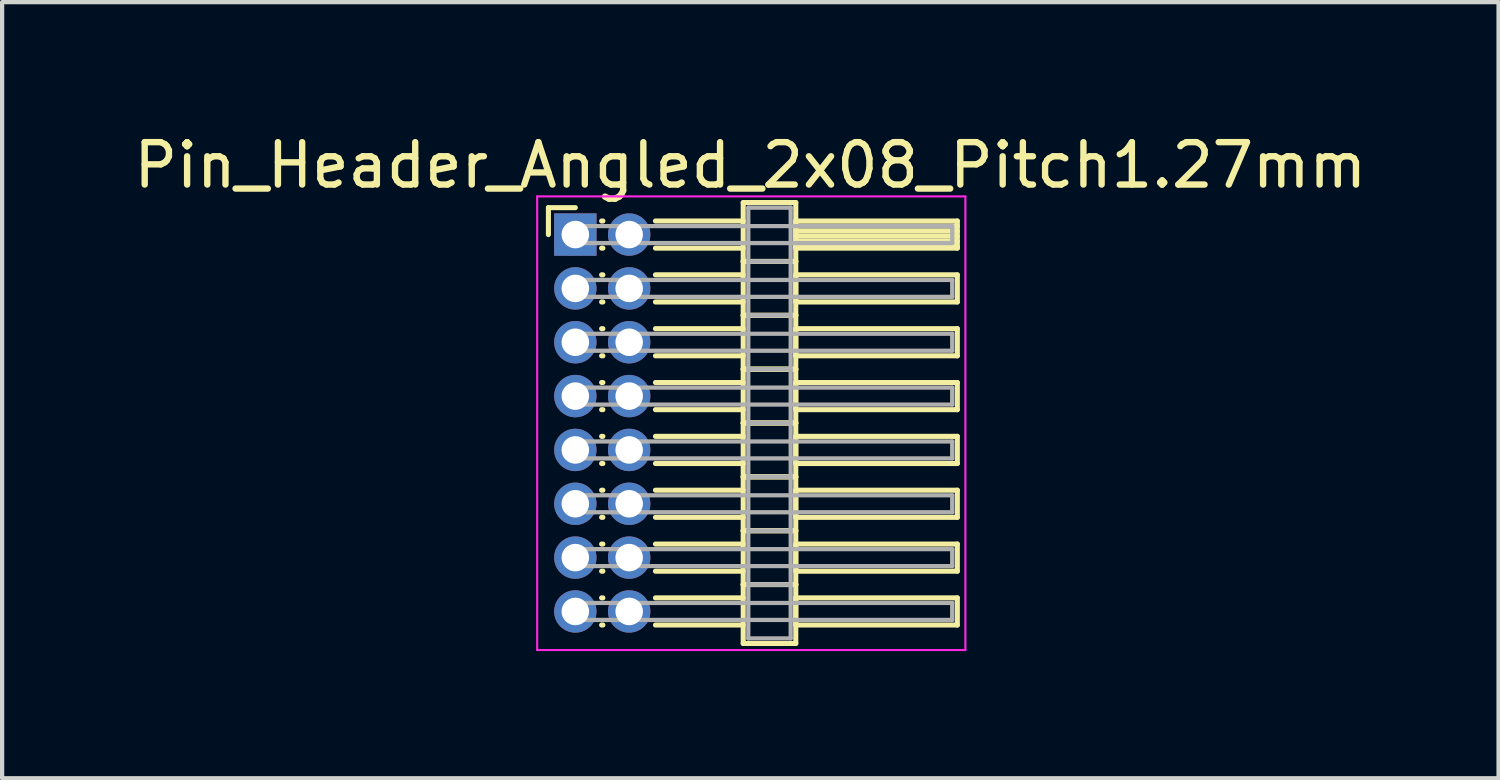
<source format=kicad_pcb>
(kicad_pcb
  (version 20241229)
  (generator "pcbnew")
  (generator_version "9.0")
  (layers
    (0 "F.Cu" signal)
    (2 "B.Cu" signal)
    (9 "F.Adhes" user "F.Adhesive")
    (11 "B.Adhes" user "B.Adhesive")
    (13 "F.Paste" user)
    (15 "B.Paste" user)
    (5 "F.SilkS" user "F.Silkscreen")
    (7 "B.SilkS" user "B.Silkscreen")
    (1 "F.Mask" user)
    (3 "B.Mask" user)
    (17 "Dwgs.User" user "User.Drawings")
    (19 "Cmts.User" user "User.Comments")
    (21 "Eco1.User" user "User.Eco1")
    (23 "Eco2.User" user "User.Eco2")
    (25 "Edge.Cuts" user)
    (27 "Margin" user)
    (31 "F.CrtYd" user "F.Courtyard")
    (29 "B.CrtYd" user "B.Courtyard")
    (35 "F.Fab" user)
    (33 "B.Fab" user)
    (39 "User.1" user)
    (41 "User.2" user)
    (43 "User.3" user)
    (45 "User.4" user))
  (footprint "Pin_Header_Angled_2x08_Pitch1.27mm"
    (layer "F.Cu")
    (at 10.521 2.483)
    (property "Reference" "Pin_Header_Angled_2x08_Pitch1.27mm" (at 4.128 -1.635 0) (layer "F.SilkS") (effects (font (size 1 1) (thickness 0.15))))
    (attr through_hole)
    (fp_line (start -0.635 -0.635) (end 0 -0.635) (stroke (width 0.12) (type solid)) (layer "F.SilkS"))
    (fp_line (start -0.635 0) (end -0.635 -0.635) (stroke (width 0.12) (type solid)) (layer "F.SilkS"))
    (fp_line (start 0.62 -0.32) (end 0.65 -0.32) (stroke (width 0.12) (type solid)) (layer "F.SilkS"))
    (fp_line (start 0.62 0.32) (end 0.65 0.32) (stroke (width 0.12) (type solid)) (layer "F.SilkS"))
    (fp_line (start 0.62 0.95) (end 0.65 0.95) (stroke (width 0.12) (type solid)) (layer "F.SilkS"))
    (fp_line (start 0.62 1.59) (end 0.65 1.59) (stroke (width 0.12) (type solid)) (layer "F.SilkS"))
    (fp_line (start 0.62 2.22) (end 0.65 2.22) (stroke (width 0.12) (type solid)) (layer "F.SilkS"))
    (fp_line (start 0.62 2.86) (end 0.65 2.86) (stroke (width 0.12) (type solid)) (layer "F.SilkS"))
    (fp_line (start 0.62 3.49) (end 0.65 3.49) (stroke (width 0.12) (type solid)) (layer "F.SilkS"))
    (fp_line (start 0.62 4.13) (end 0.65 4.13) (stroke (width 0.12) (type solid)) (layer "F.SilkS"))
    (fp_line (start 0.62 4.76) (end 0.65 4.76) (stroke (width 0.12) (type solid)) (layer "F.SilkS"))
    (fp_line (start 0.62 5.4) (end 0.65 5.4) (stroke (width 0.12) (type solid)) (layer "F.SilkS"))
    (fp_line (start 0.62 6.03) (end 0.65 6.03) (stroke (width 0.12) (type solid)) (layer "F.SilkS"))
    (fp_line (start 0.62 6.67) (end 0.65 6.67) (stroke (width 0.12) (type solid)) (layer "F.SilkS"))
    (fp_line (start 0.62 7.3) (end 0.65 7.3) (stroke (width 0.12) (type solid)) (layer "F.SilkS"))
    (fp_line (start 0.62 7.94) (end 0.65 7.94) (stroke (width 0.12) (type solid)) (layer "F.SilkS"))
    (fp_line (start 0.62 8.57) (end 0.65 8.57) (stroke (width 0.12) (type solid)) (layer "F.SilkS"))
    (fp_line (start 0.62 9.21) (end 0.65 9.21) (stroke (width 0.12) (type solid)) (layer "F.SilkS"))
    (fp_line (start 1.89 -0.32) (end 3.96 -0.32) (stroke (width 0.12) (type solid)) (layer "F.SilkS"))
    (fp_line (start 1.89 0.32) (end 3.96 0.32) (stroke (width 0.12) (type solid)) (layer "F.SilkS"))
    (fp_line (start 1.89 0.95) (end 3.96 0.95) (stroke (width 0.12) (type solid)) (layer "F.SilkS"))
    (fp_line (start 1.89 1.59) (end 3.96 1.59) (stroke (width 0.12) (type solid)) (layer "F.SilkS"))
    (fp_line (start 1.89 2.22) (end 3.96 2.22) (stroke (width 0.12) (type solid)) (layer "F.SilkS"))
    (fp_line (start 1.89 2.86) (end 3.96 2.86) (stroke (width 0.12) (type solid)) (layer "F.SilkS"))
    (fp_line (start 1.89 3.49) (end 3.96 3.49) (stroke (width 0.12) (type solid)) (layer "F.SilkS"))
    (fp_line (start 1.89 4.13) (end 3.96 4.13) (stroke (width 0.12) (type solid)) (layer "F.SilkS"))
    (fp_line (start 1.89 4.76) (end 3.96 4.76) (stroke (width 0.12) (type solid)) (layer "F.SilkS"))
    (fp_line (start 1.89 5.4) (end 3.96 5.4) (stroke (width 0.12) (type solid)) (layer "F.SilkS"))
    (fp_line (start 1.89 6.03) (end 3.96 6.03) (stroke (width 0.12) (type solid)) (layer "F.SilkS"))
    (fp_line (start 1.89 6.67) (end 3.96 6.67) (stroke (width 0.12) (type solid)) (layer "F.SilkS"))
    (fp_line (start 1.89 7.3) (end 3.96 7.3) (stroke (width 0.12) (type solid)) (layer "F.SilkS"))
    (fp_line (start 1.89 7.94) (end 3.96 7.94) (stroke (width 0.12) (type solid)) (layer "F.SilkS"))
    (fp_line (start 1.89 8.57) (end 3.96 8.57) (stroke (width 0.12) (type solid)) (layer "F.SilkS"))
    (fp_line (start 1.89 9.21) (end 3.96 9.21) (stroke (width 0.12) (type solid)) (layer "F.SilkS"))
    (fp_line (start 3.96 -0.755) (end 3.96 0.635) (stroke (width 0.12) (type solid)) (layer "F.SilkS"))
    (fp_line (start 3.96 0.635) (end 3.96 1.905) (stroke (width 0.12) (type solid)) (layer "F.SilkS"))
    (fp_line (start 3.96 0.635) (end 5.2 0.635) (stroke (width 0.12) (type solid)) (layer "F.SilkS"))
    (fp_line (start 3.96 1.905) (end 3.96 3.175) (stroke (width 0.12) (type solid)) (layer "F.SilkS"))
    (fp_line (start 3.96 1.905) (end 5.2 1.905) (stroke (width 0.12) (type solid)) (layer "F.SilkS"))
    (fp_line (start 3.96 3.175) (end 3.96 4.445) (stroke (width 0.12) (type solid)) (layer "F.SilkS"))
    (fp_line (start 3.96 3.175) (end 5.2 3.175) (stroke (width 0.12) (type solid)) (layer "F.SilkS"))
    (fp_line (start 3.96 4.445) (end 3.96 5.715) (stroke (width 0.12) (type solid)) (layer "F.SilkS"))
    (fp_line (start 3.96 4.445) (end 5.2 4.445) (stroke (width 0.12) (type solid)) (layer "F.SilkS"))
    (fp_line (start 3.96 5.715) (end 3.96 6.985) (stroke (width 0.12) (type solid)) (layer "F.SilkS"))
    (fp_line (start 3.96 5.715) (end 5.2 5.715) (stroke (width 0.12) (type solid)) (layer "F.SilkS"))
    (fp_line (start 3.96 6.985) (end 3.96 8.255) (stroke (width 0.12) (type solid)) (layer "F.SilkS"))
    (fp_line (start 3.96 6.985) (end 5.2 6.985) (stroke (width 0.12) (type solid)) (layer "F.SilkS"))
    (fp_line (start 3.96 8.255) (end 3.96 9.645) (stroke (width 0.12) (type solid)) (layer "F.SilkS"))
    (fp_line (start 3.96 8.255) (end 5.2 8.255) (stroke (width 0.12) (type solid)) (layer "F.SilkS"))
    (fp_line (start 3.96 9.645) (end 5.2 9.645) (stroke (width 0.12) (type solid)) (layer "F.SilkS"))
    (fp_line (start 5.2 -0.755) (end 3.96 -0.755) (stroke (width 0.12) (type solid)) (layer "F.SilkS"))
    (fp_line (start 5.2 -0.32) (end 5.2 0.32) (stroke (width 0.12) (type solid)) (layer "F.SilkS"))
    (fp_line (start 5.2 -0.2) (end 9.01 -0.2) (stroke (width 0.12) (type solid)) (layer "F.SilkS"))
    (fp_line (start 5.2 -0.08) (end 9.01 -0.08) (stroke (width 0.12) (type solid)) (layer "F.SilkS"))
    (fp_line (start 5.2 0.04) (end 9.01 0.04) (stroke (width 0.12) (type solid)) (layer "F.SilkS"))
    (fp_line (start 5.2 0.16) (end 9.01 0.16) (stroke (width 0.12) (type solid)) (layer "F.SilkS"))
    (fp_line (start 5.2 0.28) (end 9.01 0.28) (stroke (width 0.12) (type solid)) (layer "F.SilkS"))
    (fp_line (start 5.2 0.32) (end 9.01 0.32) (stroke (width 0.12) (type solid)) (layer "F.SilkS"))
    (fp_line (start 5.2 0.635) (end 3.96 0.635) (stroke (width 0.12) (type solid)) (layer "F.SilkS"))
    (fp_line (start 5.2 0.635) (end 5.2 -0.755) (stroke (width 0.12) (type solid)) (layer "F.SilkS"))
    (fp_line (start 5.2 0.95) (end 5.2 1.59) (stroke (width 0.12) (type solid)) (layer "F.SilkS"))
    (fp_line (start 5.2 1.59) (end 9.01 1.59) (stroke (width 0.12) (type solid)) (layer "F.SilkS"))
    (fp_line (start 5.2 1.905) (end 3.96 1.905) (stroke (width 0.12) (type solid)) (layer "F.SilkS"))
    (fp_line (start 5.2 1.905) (end 5.2 0.635) (stroke (width 0.12) (type solid)) (layer "F.SilkS"))
    (fp_line (start 5.2 2.22) (end 5.2 2.86) (stroke (width 0.12) (type solid)) (layer "F.SilkS"))
    (fp_line (start 5.2 2.86) (end 9.01 2.86) (stroke (width 0.12) (type solid)) (layer "F.SilkS"))
    (fp_line (start 5.2 3.175) (end 3.96 3.175) (stroke (width 0.12) (type solid)) (layer "F.SilkS"))
    (fp_line (start 5.2 3.175) (end 5.2 1.905) (stroke (width 0.12) (type solid)) (layer "F.SilkS"))
    (fp_line (start 5.2 3.49) (end 5.2 4.13) (stroke (width 0.12) (type solid)) (layer "F.SilkS"))
    (fp_line (start 5.2 4.13) (end 9.01 4.13) (stroke (width 0.12) (type solid)) (layer "F.SilkS"))
    (fp_line (start 5.2 4.445) (end 3.96 4.445) (stroke (width 0.12) (type solid)) (layer "F.SilkS"))
    (fp_line (start 5.2 4.445) (end 5.2 3.175) (stroke (width 0.12) (type solid)) (layer "F.SilkS"))
    (fp_line (start 5.2 4.76) (end 5.2 5.4) (stroke (width 0.12) (type solid)) (layer "F.SilkS"))
    (fp_line (start 5.2 5.4) (end 9.01 5.4) (stroke (width 0.12) (type solid)) (layer "F.SilkS"))
    (fp_line (start 5.2 5.715) (end 3.96 5.715) (stroke (width 0.12) (type solid)) (layer "F.SilkS"))
    (fp_line (start 5.2 5.715) (end 5.2 4.445) (stroke (width 0.12) (type solid)) (layer "F.SilkS"))
    (fp_line (start 5.2 6.03) (end 5.2 6.67) (stroke (width 0.12) (type solid)) (layer "F.SilkS"))
    (fp_line (start 5.2 6.67) (end 9.01 6.67) (stroke (width 0.12) (type solid)) (layer "F.SilkS"))
    (fp_line (start 5.2 6.985) (end 3.96 6.985) (stroke (width 0.12) (type solid)) (layer "F.SilkS"))
    (fp_line (start 5.2 6.985) (end 5.2 5.715) (stroke (width 0.12) (type solid)) (layer "F.SilkS"))
    (fp_line (start 5.2 7.3) (end 5.2 7.94) (stroke (width 0.12) (type solid)) (layer "F.SilkS"))
    (fp_line (start 5.2 7.94) (end 9.01 7.94) (stroke (width 0.12) (type solid)) (layer "F.SilkS"))
    (fp_line (start 5.2 8.255) (end 3.96 8.255) (stroke (width 0.12) (type solid)) (layer "F.SilkS"))
    (fp_line (start 5.2 8.255) (end 5.2 6.985) (stroke (width 0.12) (type solid)) (layer "F.SilkS"))
    (fp_line (start 5.2 8.57) (end 5.2 9.21) (stroke (width 0.12) (type solid)) (layer "F.SilkS"))
    (fp_line (start 5.2 9.21) (end 9.01 9.21) (stroke (width 0.12) (type solid)) (layer "F.SilkS"))
    (fp_line (start 5.2 9.645) (end 5.2 8.255) (stroke (width 0.12) (type solid)) (layer "F.SilkS"))
    (fp_line (start 9.01 -0.32) (end 5.2 -0.32) (stroke (width 0.12) (type solid)) (layer "F.SilkS"))
    (fp_line (start 9.01 0.32) (end 9.01 -0.32) (stroke (width 0.12) (type solid)) (layer "F.SilkS"))
    (fp_line (start 9.01 0.95) (end 5.2 0.95) (stroke (width 0.12) (type solid)) (layer "F.SilkS"))
    (fp_line (start 9.01 1.59) (end 9.01 0.95) (stroke (width 0.12) (type solid)) (layer "F.SilkS"))
    (fp_line (start 9.01 2.22) (end 5.2 2.22) (stroke (width 0.12) (type solid)) (layer "F.SilkS"))
    (fp_line (start 9.01 2.86) (end 9.01 2.22) (stroke (width 0.12) (type solid)) (layer "F.SilkS"))
    (fp_line (start 9.01 3.49) (end 5.2 3.49) (stroke (width 0.12) (type solid)) (layer "F.SilkS"))
    (fp_line (start 9.01 4.13) (end 9.01 3.49) (stroke (width 0.12) (type solid)) (layer "F.SilkS"))
    (fp_line (start 9.01 4.76) (end 5.2 4.76) (stroke (width 0.12) (type solid)) (layer "F.SilkS"))
    (fp_line (start 9.01 5.4) (end 9.01 4.76) (stroke (width 0.12) (type solid)) (layer "F.SilkS"))
    (fp_line (start 9.01 6.03) (end 5.2 6.03) (stroke (width 0.12) (type solid)) (layer "F.SilkS"))
    (fp_line (start 9.01 6.67) (end 9.01 6.03) (stroke (width 0.12) (type solid)) (layer "F.SilkS"))
    (fp_line (start 9.01 7.3) (end 5.2 7.3) (stroke (width 0.12) (type solid)) (layer "F.SilkS"))
    (fp_line (start 9.01 7.94) (end 9.01 7.3) (stroke (width 0.12) (type solid)) (layer "F.SilkS"))
    (fp_line (start 9.01 8.57) (end 5.2 8.57) (stroke (width 0.12) (type solid)) (layer "F.SilkS"))
    (fp_line (start 9.01 9.21) (end 9.01 8.57) (stroke (width 0.12) (type solid)) (layer "F.SilkS"))
    (fp_line (start -0.9 -0.9) (end -0.9 9.8) (stroke (width 0.05) (type solid)) (layer "F.CrtYd"))
    (fp_line (start -0.9 9.8) (end 9.2 9.8) (stroke (width 0.05) (type solid)) (layer "F.CrtYd"))
    (fp_line (start 9.2 -0.9) (end -0.9 -0.9) (stroke (width 0.05) (type solid)) (layer "F.CrtYd"))
    (fp_line (start 9.2 9.8) (end 9.2 -0.9) (stroke (width 0.05) (type solid)) (layer "F.CrtYd"))
    (fp_line (start 0 -0.2) (end 0 0.2) (stroke (width 0.1) (type solid)) (layer "F.Fab"))
    (fp_line (start 0 0.2) (end 8.89 0.2) (stroke (width 0.1) (type solid)) (layer "F.Fab"))
    (fp_line (start 0 1.07) (end 0 1.47) (stroke (width 0.1) (type solid)) (layer "F.Fab"))
    (fp_line (start 0 1.47) (end 8.89 1.47) (stroke (width 0.1) (type solid)) (layer "F.Fab"))
    (fp_line (start 0 2.34) (end 0 2.74) (stroke (width 0.1) (type solid)) (layer "F.Fab"))
    (fp_line (start 0 2.74) (end 8.89 2.74) (stroke (width 0.1) (type solid)) (layer "F.Fab"))
    (fp_line (start 0 3.61) (end 0 4.01) (stroke (width 0.1) (type solid)) (layer "F.Fab"))
    (fp_line (start 0 4.01) (end 8.89 4.01) (stroke (width 0.1) (type solid)) (layer "F.Fab"))
    (fp_line (start 0 4.88) (end 0 5.28) (stroke (width 0.1) (type solid)) (layer "F.Fab"))
    (fp_line (start 0 5.28) (end 8.89 5.28) (stroke (width 0.1) (type solid)) (layer "F.Fab"))
    (fp_line (start 0 6.15) (end 0 6.55) (stroke (width 0.1) (type solid)) (layer "F.Fab"))
    (fp_line (start 0 6.55) (end 8.89 6.55) (stroke (width 0.1) (type solid)) (layer "F.Fab"))
    (fp_line (start 0 7.42) (end 0 7.82) (stroke (width 0.1) (type solid)) (layer "F.Fab"))
    (fp_line (start 0 7.82) (end 8.89 7.82) (stroke (width 0.1) (type solid)) (layer "F.Fab"))
    (fp_line (start 0 8.69) (end 0 9.09) (stroke (width 0.1) (type solid)) (layer "F.Fab"))
    (fp_line (start 0 9.09) (end 8.89 9.09) (stroke (width 0.1) (type solid)) (layer "F.Fab"))
    (fp_line (start 4.08 -0.635) (end 4.08 0.635) (stroke (width 0.1) (type solid)) (layer "F.Fab"))
    (fp_line (start 4.08 0.635) (end 4.08 1.905) (stroke (width 0.1) (type solid)) (layer "F.Fab"))
    (fp_line (start 4.08 0.635) (end 5.08 0.635) (stroke (width 0.1) (type solid)) (layer "F.Fab"))
    (fp_line (start 4.08 1.905) (end 4.08 3.175) (stroke (width 0.1) (type solid)) (layer "F.Fab"))
    (fp_line (start 4.08 1.905) (end 5.08 1.905) (stroke (width 0.1) (type solid)) (layer "F.Fab"))
    (fp_line (start 4.08 3.175) (end 4.08 4.445) (stroke (width 0.1) (type solid)) (layer "F.Fab"))
    (fp_line (start 4.08 3.175) (end 5.08 3.175) (stroke (width 0.1) (type solid)) (layer "F.Fab"))
    (fp_line (start 4.08 4.445) (end 4.08 5.715) (stroke (width 0.1) (type solid)) (layer "F.Fab"))
    (fp_line (start 4.08 4.445) (end 5.08 4.445) (stroke (width 0.1) (type solid)) (layer "F.Fab"))
    (fp_line (start 4.08 5.715) (end 4.08 6.985) (stroke (width 0.1) (type solid)) (layer "F.Fab"))
    (fp_line (start 4.08 5.715) (end 5.08 5.715) (stroke (width 0.1) (type solid)) (layer "F.Fab"))
    (fp_line (start 4.08 6.985) (end 4.08 8.255) (stroke (width 0.1) (type solid)) (layer "F.Fab"))
    (fp_line (start 4.08 6.985) (end 5.08 6.985) (stroke (width 0.1) (type solid)) (layer "F.Fab"))
    (fp_line (start 4.08 8.255) (end 4.08 9.525) (stroke (width 0.1) (type solid)) (layer "F.Fab"))
    (fp_line (start 4.08 8.255) (end 5.08 8.255) (stroke (width 0.1) (type solid)) (layer "F.Fab"))
    (fp_line (start 4.08 9.525) (end 5.08 9.525) (stroke (width 0.1) (type solid)) (layer "F.Fab"))
    (fp_line (start 5.08 -0.635) (end 4.08 -0.635) (stroke (width 0.1) (type solid)) (layer "F.Fab"))
    (fp_line (start 5.08 0.635) (end 4.08 0.635) (stroke (width 0.1) (type solid)) (layer "F.Fab"))
    (fp_line (start 5.08 0.635) (end 5.08 -0.635) (stroke (width 0.1) (type solid)) (layer "F.Fab"))
    (fp_line (start 5.08 1.905) (end 4.08 1.905) (stroke (width 0.1) (type solid)) (layer "F.Fab"))
    (fp_line (start 5.08 1.905) (end 5.08 0.635) (stroke (width 0.1) (type solid)) (layer "F.Fab"))
    (fp_line (start 5.08 3.175) (end 4.08 3.175) (stroke (width 0.1) (type solid)) (layer "F.Fab"))
    (fp_line (start 5.08 3.175) (end 5.08 1.905) (stroke (width 0.1) (type solid)) (layer "F.Fab"))
    (fp_line (start 5.08 4.445) (end 4.08 4.445) (stroke (width 0.1) (type solid)) (layer "F.Fab"))
    (fp_line (start 5.08 4.445) (end 5.08 3.175) (stroke (width 0.1) (type solid)) (layer "F.Fab"))
    (fp_line (start 5.08 5.715) (end 4.08 5.715) (stroke (width 0.1) (type solid)) (layer "F.Fab"))
    (fp_line (start 5.08 5.715) (end 5.08 4.445) (stroke (width 0.1) (type solid)) (layer "F.Fab"))
    (fp_line (start 5.08 6.985) (end 4.08 6.985) (stroke (width 0.1) (type solid)) (layer "F.Fab"))
    (fp_line (start 5.08 6.985) (end 5.08 5.715) (stroke (width 0.1) (type solid)) (layer "F.Fab"))
    (fp_line (start 5.08 8.255) (end 4.08 8.255) (stroke (width 0.1) (type solid)) (layer "F.Fab"))
    (fp_line (start 5.08 8.255) (end 5.08 6.985) (stroke (width 0.1) (type solid)) (layer "F.Fab"))
    (fp_line (start 5.08 9.525) (end 5.08 8.255) (stroke (width 0.1) (type solid)) (layer "F.Fab"))
    (fp_line (start 8.89 -0.2) (end 0 -0.2) (stroke (width 0.1) (type solid)) (layer "F.Fab"))
    (fp_line (start 8.89 0.2) (end 8.89 -0.2) (stroke (width 0.1) (type solid)) (layer "F.Fab"))
    (fp_line (start 8.89 1.07) (end 0 1.07) (stroke (width 0.1) (type solid)) (layer "F.Fab"))
    (fp_line (start 8.89 1.47) (end 8.89 1.07) (stroke (width 0.1) (type solid)) (layer "F.Fab"))
    (fp_line (start 8.89 2.34) (end 0 2.34) (stroke (width 0.1) (type solid)) (layer "F.Fab"))
    (fp_line (start 8.89 2.74) (end 8.89 2.34) (stroke (width 0.1) (type solid)) (layer "F.Fab"))
    (fp_line (start 8.89 3.61) (end 0 3.61) (stroke (width 0.1) (type solid)) (layer "F.Fab"))
    (fp_line (start 8.89 4.01) (end 8.89 3.61) (stroke (width 0.1) (type solid)) (layer "F.Fab"))
    (fp_line (start 8.89 4.88) (end 0 4.88) (stroke (width 0.1) (type solid)) (layer "F.Fab"))
    (fp_line (start 8.89 5.28) (end 8.89 4.88) (stroke (width 0.1) (type solid)) (layer "F.Fab"))
    (fp_line (start 8.89 6.15) (end 0 6.15) (stroke (width 0.1) (type solid)) (layer "F.Fab"))
    (fp_line (start 8.89 6.55) (end 8.89 6.15) (stroke (width 0.1) (type solid)) (layer "F.Fab"))
    (fp_line (start 8.89 7.42) (end 0 7.42) (stroke (width 0.1) (type solid)) (layer "F.Fab"))
    (fp_line (start 8.89 7.82) (end 8.89 7.42) (stroke (width 0.1) (type solid)) (layer "F.Fab"))
    (fp_line (start 8.89 8.69) (end 0 8.69) (stroke (width 0.1) (type solid)) (layer "F.Fab"))
    (fp_line (start 8.89 9.09) (end 8.89 8.69) (stroke (width 0.1) (type solid)) (layer "F.Fab"))
    (pad "1" thru_hole rect (at 0 0) (size 1 1) (drill 0.65) (layers "*.Cu" "*.Mask"))
    (pad "2" thru_hole oval (at 1.27 0) (size 1 1) (drill 0.65) (layers "*.Cu" "*.Mask"))
    (pad "3" thru_hole oval (at 0 1.27) (size 1 1) (drill 0.65) (layers "*.Cu" "*.Mask"))
    (pad "4" thru_hole oval (at 1.27 1.27) (size 1 1) (drill 0.65) (layers "*.Cu" "*.Mask"))
    (pad "5" thru_hole oval (at 0 2.54) (size 1 1) (drill 0.65) (layers "*.Cu" "*.Mask"))
    (pad "6" thru_hole oval (at 1.27 2.54) (size 1 1) (drill 0.65) (layers "*.Cu" "*.Mask"))
    (pad "7" thru_hole oval (at 0 3.81) (size 1 1) (drill 0.65) (layers "*.Cu" "*.Mask"))
    (pad "8" thru_hole oval (at 1.27 3.81) (size 1 1) (drill 0.65) (layers "*.Cu" "*.Mask"))
    (pad "9" thru_hole oval (at 0 5.08) (size 1 1) (drill 0.65) (layers "*.Cu" "*.Mask"))
    (pad "10" thru_hole oval (at 1.27 5.08) (size 1 1) (drill 0.65) (layers "*.Cu" "*.Mask"))
    (pad "11" thru_hole oval (at 0 6.35) (size 1 1) (drill 0.65) (layers "*.Cu" "*.Mask"))
    (pad "12" thru_hole oval (at 1.27 6.35) (size 1 1) (drill 0.65) (layers "*.Cu" "*.Mask"))
    (pad "13" thru_hole oval (at 0 7.62) (size 1 1) (drill 0.65) (layers "*.Cu" "*.Mask"))
    (pad "14" thru_hole oval (at 1.27 7.62) (size 1 1) (drill 0.65) (layers "*.Cu" "*.Mask"))
    (pad "15" thru_hole oval (at 0 8.89) (size 1 1) (drill 0.65) (layers "*.Cu" "*.Mask"))
    (pad "16" thru_hole oval (at 1.27 8.89) (size 1 1) (drill 0.65) (layers "*.Cu" "*.Mask")))
  (gr_rect
    (start -3 -3)
    (end 32.298 15.308)
    (stroke (width 0.1) (type default))
    (fill no)
    (layer "Edge.Cuts")))
</source>
